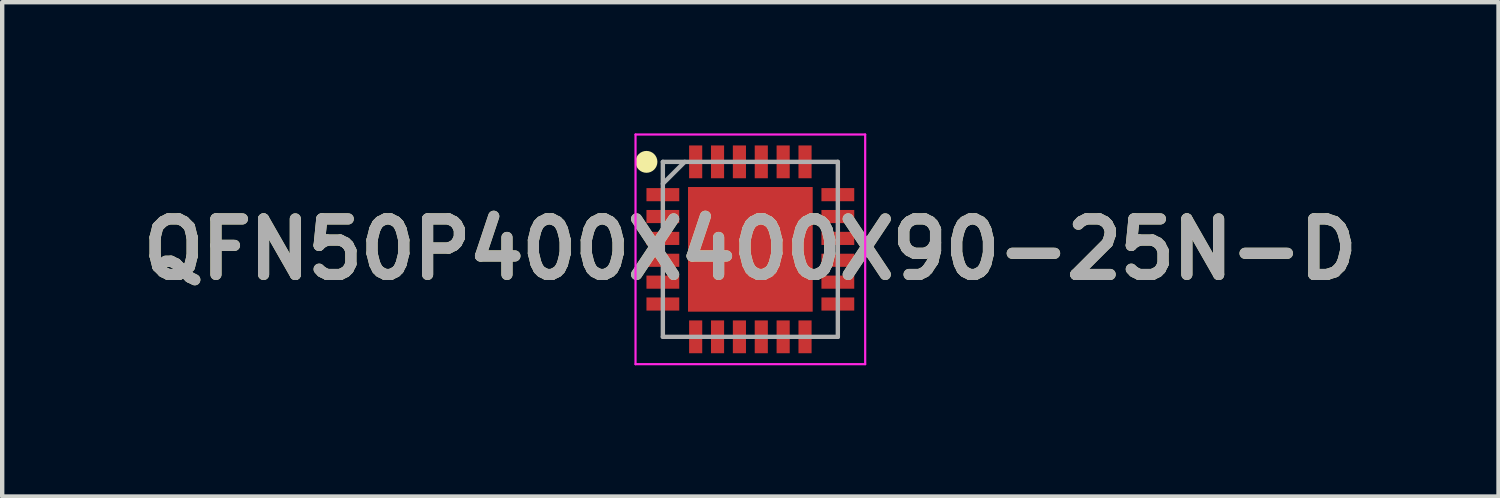
<source format=kicad_pcb>
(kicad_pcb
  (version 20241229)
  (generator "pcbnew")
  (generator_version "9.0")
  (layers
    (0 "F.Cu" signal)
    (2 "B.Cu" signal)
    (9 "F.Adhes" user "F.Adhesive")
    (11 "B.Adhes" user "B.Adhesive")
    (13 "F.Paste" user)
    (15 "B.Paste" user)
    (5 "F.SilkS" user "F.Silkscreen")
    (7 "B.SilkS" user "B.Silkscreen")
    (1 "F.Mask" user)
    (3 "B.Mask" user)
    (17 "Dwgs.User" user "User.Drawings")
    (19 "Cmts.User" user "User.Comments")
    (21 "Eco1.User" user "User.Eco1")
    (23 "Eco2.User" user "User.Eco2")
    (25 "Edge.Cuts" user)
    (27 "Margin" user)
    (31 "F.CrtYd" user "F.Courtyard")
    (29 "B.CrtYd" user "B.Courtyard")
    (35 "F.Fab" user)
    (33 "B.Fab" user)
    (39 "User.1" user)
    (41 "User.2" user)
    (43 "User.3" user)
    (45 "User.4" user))
  (footprint "QFN50P400X400X90-25N-D"
    (layer "F.Cu")
    (at 14.103 2.65)
    (property "Reference" "QFN50P400X400X90-25N-D" (at 0 0 0) (layer "F.SilkS") (effects (font (size 1.27 1.27) (thickness 0.254))))
    (attr smd)
    (fp_circle (center -2.375 -2) (end -2.375 -1.875) (stroke (width 0.25) (type solid)) (fill no) (layer "F.SilkS"))
    (fp_line (start -2.625 -2.625) (end 2.625 -2.625) (stroke (width 0.05) (type solid)) (layer "F.CrtYd"))
    (fp_line (start -2.625 2.625) (end -2.625 -2.625) (stroke (width 0.05) (type solid)) (layer "F.CrtYd"))
    (fp_line (start 2.625 -2.625) (end 2.625 2.625) (stroke (width 0.05) (type solid)) (layer "F.CrtYd"))
    (fp_line (start 2.625 2.625) (end -2.625 2.625) (stroke (width 0.05) (type solid)) (layer "F.CrtYd"))
    (fp_line (start -2 -2) (end 2 -2) (stroke (width 0.1) (type solid)) (layer "F.Fab"))
    (fp_line (start -2 -1.5) (end -1.5 -2) (stroke (width 0.1) (type solid)) (layer "F.Fab"))
    (fp_line (start -2 2) (end -2 -2) (stroke (width 0.1) (type solid)) (layer "F.Fab"))
    (fp_line (start 2 -2) (end 2 2) (stroke (width 0.1) (type solid)) (layer "F.Fab"))
    (fp_line (start 2 2) (end -2 2) (stroke (width 0.1) (type solid)) (layer "F.Fab"))
    (fp_text user "${REFERENCE}" (at 0 0 0) (layer "F.Fab") (effects (font (size 1.27 1.27) (thickness 0.254))))
    (pad "1" smd rect (at -2 -1.25 90) (size 0.3 0.75) (layers "F.Cu" "F.Mask" "F.Paste"))
    (pad "2" smd rect (at -2 -0.75 90) (size 0.3 0.75) (layers "F.Cu" "F.Mask" "F.Paste"))
    (pad "3" smd rect (at -2 -0.25 90) (size 0.3 0.75) (layers "F.Cu" "F.Mask" "F.Paste"))
    (pad "4" smd rect (at -2 0.25 90) (size 0.3 0.75) (layers "F.Cu" "F.Mask" "F.Paste"))
    (pad "5" smd rect (at -2 0.75 90) (size 0.3 0.75) (layers "F.Cu" "F.Mask" "F.Paste"))
    (pad "6" smd rect (at -2 1.25 90) (size 0.3 0.75) (layers "F.Cu" "F.Mask" "F.Paste"))
    (pad "7" smd rect (at -1.25 2) (size 0.3 0.75) (layers "F.Cu" "F.Mask" "F.Paste"))
    (pad "8" smd rect (at -0.75 2) (size 0.3 0.75) (layers "F.Cu" "F.Mask" "F.Paste"))
    (pad "9" smd rect (at -0.25 2) (size 0.3 0.75) (layers "F.Cu" "F.Mask" "F.Paste"))
    (pad "10" smd rect (at 0.25 2) (size 0.3 0.75) (layers "F.Cu" "F.Mask" "F.Paste"))
    (pad "11" smd rect (at 0.75 2) (size 0.3 0.75) (layers "F.Cu" "F.Mask" "F.Paste"))
    (pad "12" smd rect (at 1.25 2) (size 0.3 0.75) (layers "F.Cu" "F.Mask" "F.Paste"))
    (pad "13" smd rect (at 2 1.25 90) (size 0.3 0.75) (layers "F.Cu" "F.Mask" "F.Paste"))
    (pad "14" smd rect (at 2 0.75 90) (size 0.3 0.75) (layers "F.Cu" "F.Mask" "F.Paste"))
    (pad "15" smd rect (at 2 0.25 90) (size 0.3 0.75) (layers "F.Cu" "F.Mask" "F.Paste"))
    (pad "16" smd rect (at 2 -0.25 90) (size 0.3 0.75) (layers "F.Cu" "F.Mask" "F.Paste"))
    (pad "17" smd rect (at 2 -0.75 90) (size 0.3 0.75) (layers "F.Cu" "F.Mask" "F.Paste"))
    (pad "18" smd rect (at 2 -1.25 90) (size 0.3 0.75) (layers "F.Cu" "F.Mask" "F.Paste"))
    (pad "19" smd rect (at 1.25 -2) (size 0.3 0.75) (layers "F.Cu" "F.Mask" "F.Paste"))
    (pad "20" smd rect (at 0.75 -2) (size 0.3 0.75) (layers "F.Cu" "F.Mask" "F.Paste"))
    (pad "21" smd rect (at 0.25 -2) (size 0.3 0.75) (layers "F.Cu" "F.Mask" "F.Paste"))
    (pad "22" smd rect (at -0.25 -2) (size 0.3 0.75) (layers "F.Cu" "F.Mask" "F.Paste"))
    (pad "23" smd rect (at -0.75 -2) (size 0.3 0.75) (layers "F.Cu" "F.Mask" "F.Paste"))
    (pad "24" smd rect (at -1.25 -2) (size 0.3 0.75) (layers "F.Cu" "F.Mask" "F.Paste"))
    (pad "25" smd rect (at 0 0) (size 2.85 2.85) (layers "F.Cu" "F.Mask" "F.Paste")))
  (gr_rect
    (start -3 -3)
    (end 31.206 8.3)
    (stroke (width 0.1) (type default))
    (fill no)
    (layer "Edge.Cuts")))
</source>
